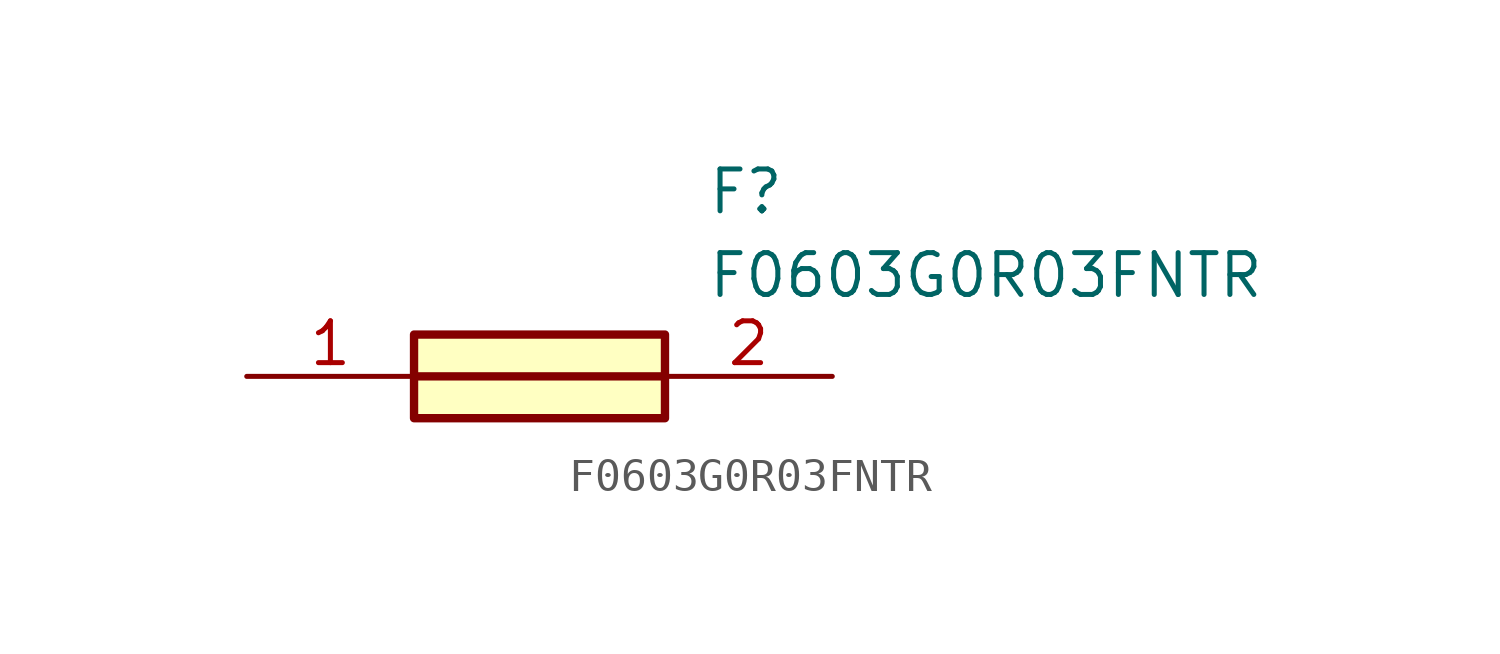
<source format=kicad_sym>
(kicad_symbol_lib
  (version 20211014)
  (generator SamacSys_ECAD_Model)
  (symbol "F0603G0R03FNTR"
    (pin_names hide)
    (property "Reference" "F"
      (at 13.97 6.35 0)
      (effects (font (size 1.27 1.27)) (justify left top)))
    (property "Value" "F0603G0R03FNTR"
      (at 13.97 3.81 0)
      (effects (font (size 1.27 1.27)) (justify left top)))
    (rectangle
      (start 5.08 1.27)
      (end 12.7 -1.27)
      (stroke (width 0.254) (type default))
      (fill (type background)))
    (polyline
      (pts (xy 5.08 0) (xy 12.7 0))
      (stroke (width 0.254) (type default))
      (fill (type none)))
    (pin passive line
      (at 0 0 0)
      (length 5.08)
      (name "1" (effects (font (size 1.27 1.27))))
      (number "1" (effects (font (size 1.27 1.27)))))
    (pin passive line
      (at 17.78 0 180)
      (length 5.08)
      (name "2" (effects (font (size 1.27 1.27))))
      (number "2" (effects (font (size 1.27 1.27)))))))
</source>
